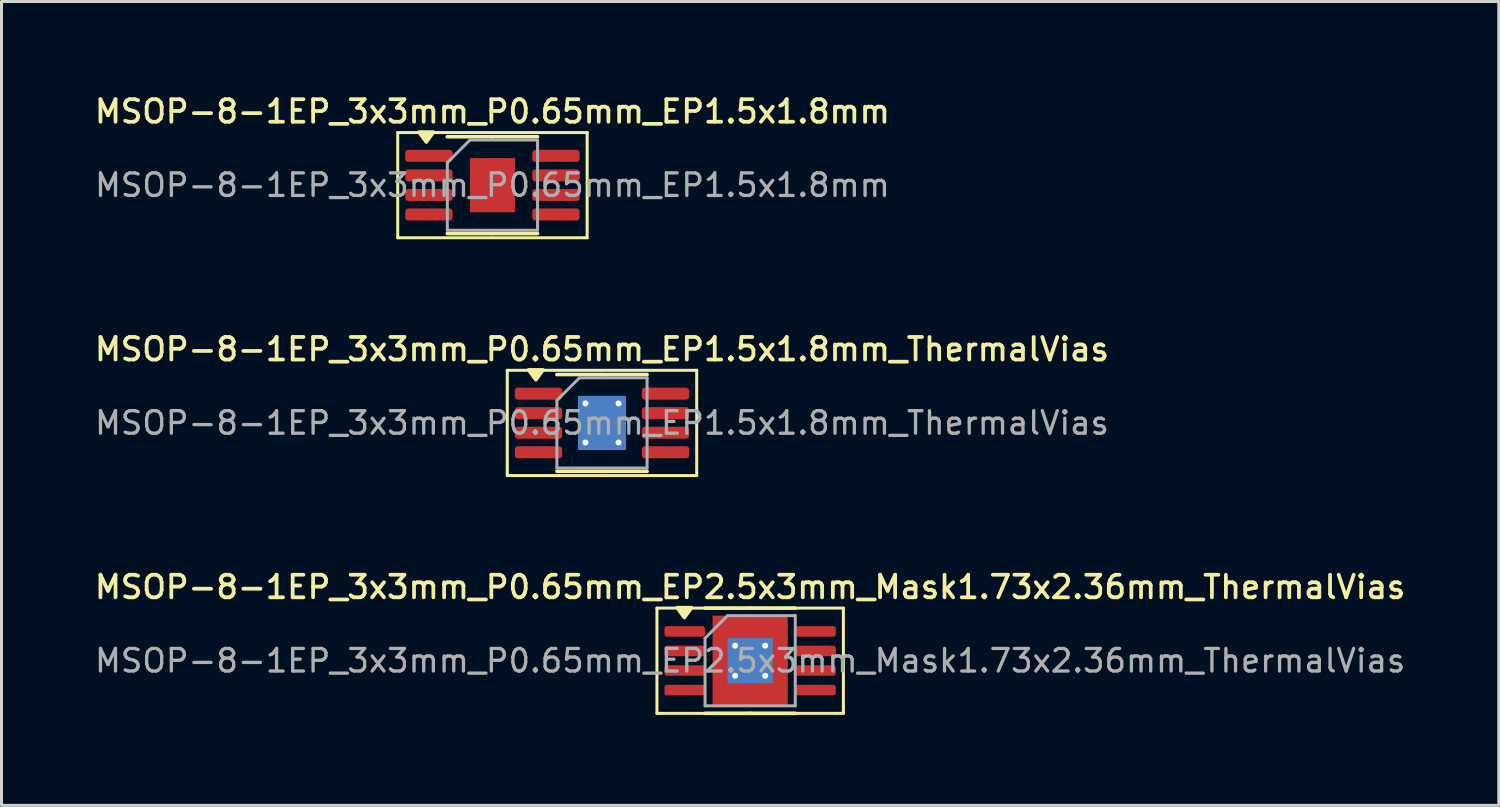
<source format=kicad_pcb>
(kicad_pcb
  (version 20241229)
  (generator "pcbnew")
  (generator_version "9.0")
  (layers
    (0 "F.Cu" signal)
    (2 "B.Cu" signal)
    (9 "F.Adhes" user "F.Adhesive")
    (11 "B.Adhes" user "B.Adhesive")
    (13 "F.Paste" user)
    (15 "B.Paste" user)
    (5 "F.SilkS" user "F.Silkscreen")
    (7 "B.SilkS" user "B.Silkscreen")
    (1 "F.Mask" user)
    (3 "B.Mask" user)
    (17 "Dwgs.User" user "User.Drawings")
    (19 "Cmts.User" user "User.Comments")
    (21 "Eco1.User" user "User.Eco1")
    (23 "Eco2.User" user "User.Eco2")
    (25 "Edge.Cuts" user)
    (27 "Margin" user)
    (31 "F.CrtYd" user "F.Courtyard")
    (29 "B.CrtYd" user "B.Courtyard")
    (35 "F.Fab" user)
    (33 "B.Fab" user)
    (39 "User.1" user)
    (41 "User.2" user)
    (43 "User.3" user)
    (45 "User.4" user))
  (footprint "MSOP-8-1EP_3x3mm_P0.65mm_EP1.5x1.8mm"
    (layer "F.Cu")
    (at 13.327 3.108)
    (property "Reference" "MSOP-8-1EP_3x3mm_P0.65mm_EP1.5x1.8mm" (at 0 -2.45 0) (layer "F.SilkS") (effects (font (size 0.75 0.75) (thickness 0.125))))
    (attr smd)
    (fp_line (start -3.15 -1.75) (end -3.15 1.75) (stroke (width 0.1) (type solid)) (layer "F.SilkS"))
    (fp_line (start -3.15 1.75) (end 3.15 1.75) (stroke (width 0.1) (type solid)) (layer "F.SilkS"))
    (fp_line (start 0 -1.61) (end -1.5 -1.61) (stroke (width 0.12) (type solid)) (layer "F.SilkS"))
    (fp_line (start 0 -1.61) (end 1.5 -1.61) (stroke (width 0.12) (type solid)) (layer "F.SilkS"))
    (fp_line (start 0 1.61) (end -1.5 1.61) (stroke (width 0.12) (type solid)) (layer "F.SilkS"))
    (fp_line (start 0 1.61) (end 1.5 1.61) (stroke (width 0.12) (type solid)) (layer "F.SilkS"))
    (fp_line (start 3.15 -1.75) (end -3.15 -1.75) (stroke (width 0.1) (type solid)) (layer "F.SilkS"))
    (fp_line (start 3.15 1.75) (end 3.15 -1.75) (stroke (width 0.1) (type solid)) (layer "F.SilkS"))
    (fp_poly (pts (xy -2.2 -1.435) (xy -2.44 -1.765) (xy -1.96 -1.765) (xy -2.2 -1.435)) (stroke (width 0.12) (type solid)) (fill yes) (layer "F.SilkS"))
    (fp_line (start -1.5 -0.75) (end -0.75 -1.5) (stroke (width 0.1) (type solid)) (layer "F.Fab"))
    (fp_line (start -1.5 1.5) (end -1.5 -0.75) (stroke (width 0.1) (type solid)) (layer "F.Fab"))
    (fp_line (start -0.75 -1.5) (end 1.5 -1.5) (stroke (width 0.1) (type solid)) (layer "F.Fab"))
    (fp_line (start 1.5 -1.5) (end 1.5 1.5) (stroke (width 0.1) (type solid)) (layer "F.Fab"))
    (fp_line (start 1.5 1.5) (end -1.5 1.5) (stroke (width 0.1) (type solid)) (layer "F.Fab"))
    (fp_text user "${REFERENCE}" (at 0 0 0) (layer "F.Fab") (effects (font (size 0.75 0.75) (thickness 0.11))))
    (pad "" smd roundrect (at -0.375 -0.45) (size 0.6 0.73) (layers "F.Paste") (roundrect_rratio 0.25))
    (pad "" smd roundrect (at -0.375 0.45) (size 0.6 0.73) (layers "F.Paste") (roundrect_rratio 0.25))
    (pad "" smd roundrect (at 0.375 -0.45) (size 0.6 0.73) (layers "F.Paste") (roundrect_rratio 0.25))
    (pad "" smd roundrect (at 0.375 0.45) (size 0.6 0.73) (layers "F.Paste") (roundrect_rratio 0.25))
    (pad "1" smd roundrect (at -2.112 -0.975) (size 1.575 0.4) (layers "F.Cu" "F.Mask" "F.Paste") (roundrect_rratio 0.25))
    (pad "2" smd roundrect (at -2.112 -0.325) (size 1.575 0.4) (layers "F.Cu" "F.Mask" "F.Paste") (roundrect_rratio 0.25))
    (pad "3" smd roundrect (at -2.112 0.325) (size 1.575 0.4) (layers "F.Cu" "F.Mask" "F.Paste") (roundrect_rratio 0.25))
    (pad "4" smd roundrect (at -2.112 0.975) (size 1.575 0.4) (layers "F.Cu" "F.Mask" "F.Paste") (roundrect_rratio 0.25))
    (pad "5" smd roundrect (at 2.112 0.975) (size 1.575 0.4) (layers "F.Cu" "F.Mask" "F.Paste") (roundrect_rratio 0.25))
    (pad "6" smd roundrect (at 2.112 0.325) (size 1.575 0.4) (layers "F.Cu" "F.Mask" "F.Paste") (roundrect_rratio 0.25))
    (pad "7" smd roundrect (at 2.112 -0.325) (size 1.575 0.4) (layers "F.Cu" "F.Mask" "F.Paste") (roundrect_rratio 0.25))
    (pad "8" smd roundrect (at 2.112 -0.975) (size 1.575 0.4) (layers "F.Cu" "F.Mask" "F.Paste") (roundrect_rratio 0.25))
    (pad "9" smd rect (at 0 0) (size 1.5 1.8) (property pad_prop_heatsink) (layers "F.Cu" "F.Mask")))
  (footprint "MSOP-8-1EP_3x3mm_P0.65mm_EP1.5x1.8mm_ThermalVias"
    (layer "F.Cu")
    (at 16.97 11.016)
    (property "Reference" "MSOP-8-1EP_3x3mm_P0.65mm_EP1.5x1.8mm_ThermalVias" (at 0 -2.45 0) (layer "F.SilkS") (effects (font (size 0.75 0.75) (thickness 0.125))))
    (attr smd)
    (fp_line (start -3.15 -1.75) (end -3.15 1.75) (stroke (width 0.1) (type solid)) (layer "F.SilkS"))
    (fp_line (start -3.15 1.75) (end 3.15 1.75) (stroke (width 0.1) (type solid)) (layer "F.SilkS"))
    (fp_line (start 0 -1.61) (end -1.5 -1.61) (stroke (width 0.12) (type solid)) (layer "F.SilkS"))
    (fp_line (start 0 -1.61) (end 1.5 -1.61) (stroke (width 0.12) (type solid)) (layer "F.SilkS"))
    (fp_line (start 0 1.61) (end -1.5 1.61) (stroke (width 0.12) (type solid)) (layer "F.SilkS"))
    (fp_line (start 0 1.61) (end 1.5 1.61) (stroke (width 0.12) (type solid)) (layer "F.SilkS"))
    (fp_line (start 3.15 -1.75) (end -3.15 -1.75) (stroke (width 0.1) (type solid)) (layer "F.SilkS"))
    (fp_line (start 3.15 1.75) (end 3.15 -1.75) (stroke (width 0.1) (type solid)) (layer "F.SilkS"))
    (fp_poly (pts (xy -2.2 -1.435) (xy -2.44 -1.765) (xy -1.96 -1.765) (xy -2.2 -1.435)) (stroke (width 0.12) (type solid)) (fill yes) (layer "F.SilkS"))
    (fp_line (start -1.5 -0.75) (end -0.75 -1.5) (stroke (width 0.1) (type solid)) (layer "F.Fab"))
    (fp_line (start -1.5 1.5) (end -1.5 -0.75) (stroke (width 0.1) (type solid)) (layer "F.Fab"))
    (fp_line (start -0.75 -1.5) (end 1.5 -1.5) (stroke (width 0.1) (type solid)) (layer "F.Fab"))
    (fp_line (start 1.5 -1.5) (end 1.5 1.5) (stroke (width 0.1) (type solid)) (layer "F.Fab"))
    (fp_line (start 1.5 1.5) (end -1.5 1.5) (stroke (width 0.1) (type solid)) (layer "F.Fab"))
    (fp_text user "${REFERENCE}" (at 0 0 0) (layer "F.Fab") (effects (font (size 0.75 0.75) (thickness 0.11))))
    (pad "" smd roundrect (at -0.375 -0.45) (size 0.63 0.75) (layers "F.Paste") (roundrect_rratio 0.25))
    (pad "" smd roundrect (at -0.375 0.45) (size 0.63 0.75) (layers "F.Paste") (roundrect_rratio 0.25))
    (pad "" smd roundrect (at 0.375 -0.45) (size 0.63 0.75) (layers "F.Paste") (roundrect_rratio 0.25))
    (pad "" smd roundrect (at 0.375 0.45) (size 0.63 0.75) (layers "F.Paste") (roundrect_rratio 0.25))
    (pad "1" smd roundrect (at -2.112 -0.975) (size 1.575 0.4) (layers "F.Cu" "F.Mask" "F.Paste") (roundrect_rratio 0.25))
    (pad "2" smd roundrect (at -2.112 -0.325) (size 1.575 0.4) (layers "F.Cu" "F.Mask" "F.Paste") (roundrect_rratio 0.25))
    (pad "3" smd roundrect (at -2.112 0.325) (size 1.575 0.4) (layers "F.Cu" "F.Mask" "F.Paste") (roundrect_rratio 0.25))
    (pad "4" smd roundrect (at -2.112 0.975) (size 1.575 0.4) (layers "F.Cu" "F.Mask" "F.Paste") (roundrect_rratio 0.25))
    (pad "5" smd roundrect (at 2.112 0.975) (size 1.575 0.4) (layers "F.Cu" "F.Mask" "F.Paste") (roundrect_rratio 0.25))
    (pad "6" smd roundrect (at 2.112 0.325) (size 1.575 0.4) (layers "F.Cu" "F.Mask" "F.Paste") (roundrect_rratio 0.25))
    (pad "7" smd roundrect (at 2.112 -0.325) (size 1.575 0.4) (layers "F.Cu" "F.Mask" "F.Paste") (roundrect_rratio 0.25))
    (pad "8" smd roundrect (at 2.112 -0.975) (size 1.575 0.4) (layers "F.Cu" "F.Mask" "F.Paste") (roundrect_rratio 0.25))
    (pad "9" thru_hole circle (at -0.55 -0.65) (size 0.5 0.5) (drill 0.2) (property pad_prop_heatsink) (layers "*.Cu"))
    (pad "9" thru_hole circle (at -0.55 0.65) (size 0.5 0.5) (drill 0.2) (property pad_prop_heatsink) (layers "*.Cu"))
    (pad "9" smd rect (at 0 0) (size 1.5 1.8) (property pad_prop_heatsink) (layers "F.Cu" "F.Mask"))
    (pad "9" smd rect (at 0 0) (size 1.6 1.8) (property pad_prop_heatsink) (layers "B.Cu"))
    (pad "9" thru_hole circle (at 0.55 -0.65) (size 0.5 0.5) (drill 0.2) (property pad_prop_heatsink) (layers "*.Cu"))
    (pad "9" thru_hole circle (at 0.55 0.65) (size 0.5 0.5) (drill 0.2) (property pad_prop_heatsink) (layers "*.Cu")))
  (footprint "MSOP-8-1EP_3x3mm_P0.65mm_EP2.5x3mm_Mask1.73x2.36mm_ThermalVias"
    (layer "F.Cu")
    (at 21.898 18.924)
    (property "Reference" "MSOP-8-1EP_3x3mm_P0.65mm_EP2.5x3mm_Mask1.73x2.36mm_ThermalVias" (at 0 -2.45 0) (layer "F.SilkS") (effects (font (size 0.75 0.75) (thickness 0.125))))
    (attr smd)
    (fp_line (start -3.1 -1.75) (end -3.1 1.75) (stroke (width 0.1) (type solid)) (layer "F.SilkS"))
    (fp_line (start -3.1 1.75) (end 3.1 1.75) (stroke (width 0.1) (type solid)) (layer "F.SilkS"))
    (fp_line (start 0 -1.75) (end -1.5 -1.75) (stroke (width 0.12) (type solid)) (layer "F.SilkS"))
    (fp_line (start 0 -1.75) (end 1.5 -1.75) (stroke (width 0.12) (type solid)) (layer "F.SilkS"))
    (fp_line (start 0 1.75) (end -1.5 1.75) (stroke (width 0.12) (type solid)) (layer "F.SilkS"))
    (fp_line (start 0 1.75) (end 1.5 1.75) (stroke (width 0.12) (type solid)) (layer "F.SilkS"))
    (fp_line (start 3.1 -1.75) (end -3.1 -1.75) (stroke (width 0.1) (type solid)) (layer "F.SilkS"))
    (fp_line (start 3.1 1.75) (end 3.1 -1.75) (stroke (width 0.1) (type solid)) (layer "F.SilkS"))
    (fp_poly (pts (xy -2.188 -1.435) (xy -2.428 -1.765) (xy -1.948 -1.765) (xy -2.188 -1.435)) (stroke (width 0.12) (type solid)) (fill yes) (layer "F.SilkS"))
    (fp_line (start -1.5 -0.75) (end -0.75 -1.5) (stroke (width 0.1) (type solid)) (layer "F.Fab"))
    (fp_line (start -1.5 1.5) (end -1.5 -0.75) (stroke (width 0.1) (type solid)) (layer "F.Fab"))
    (fp_line (start -0.75 -1.5) (end 1.5 -1.5) (stroke (width 0.1) (type solid)) (layer "F.Fab"))
    (fp_line (start 1.5 -1.5) (end 1.5 1.5) (stroke (width 0.1) (type solid)) (layer "F.Fab"))
    (fp_line (start 1.5 1.5) (end -1.5 1.5) (stroke (width 0.1) (type solid)) (layer "F.Fab"))
    (fp_text user "${REFERENCE}" (at 0 0 0) (layer "F.Fab") (effects (font (size 0.75 0.75) (thickness 0.11))))
    (pad "" smd roundrect (at -0.43 -0.59) (size 0.72 0.99) (layers "F.Paste") (roundrect_rratio 0.25))
    (pad "" smd roundrect (at -0.43 0.59) (size 0.72 0.99) (layers "F.Paste") (roundrect_rratio 0.25))
    (pad "" smd rect (at 0 0) (size 1.73 2.36) (layers "F.Mask"))
    (pad "" smd roundrect (at 0.43 -0.59) (size 0.72 0.99) (layers "F.Paste") (roundrect_rratio 0.25))
    (pad "" smd roundrect (at 0.43 0.59) (size 0.72 0.99) (layers "F.Paste") (roundrect_rratio 0.25))
    (pad "1" smd roundrect (at -2.175 -0.975) (size 1.35 0.35) (layers "F.Cu" "F.Mask" "F.Paste") (roundrect_rratio 0.25))
    (pad "2" smd roundrect (at -2.175 -0.325) (size 1.35 0.35) (layers "F.Cu" "F.Mask" "F.Paste") (roundrect_rratio 0.25))
    (pad "3" smd roundrect (at -2.175 0.325) (size 1.35 0.35) (layers "F.Cu" "F.Mask" "F.Paste") (roundrect_rratio 0.25))
    (pad "4" smd roundrect (at -2.175 0.975) (size 1.35 0.35) (layers "F.Cu" "F.Mask" "F.Paste") (roundrect_rratio 0.25))
    (pad "5" smd roundrect (at 2.175 0.975) (size 1.35 0.35) (layers "F.Cu" "F.Mask" "F.Paste") (roundrect_rratio 0.25))
    (pad "6" smd roundrect (at 2.175 0.325) (size 1.35 0.35) (layers "F.Cu" "F.Mask" "F.Paste") (roundrect_rratio 0.25))
    (pad "7" smd roundrect (at 2.175 -0.325) (size 1.35 0.35) (layers "F.Cu" "F.Mask" "F.Paste") (roundrect_rratio 0.25))
    (pad "8" smd roundrect (at 2.175 -0.975) (size 1.35 0.35) (layers "F.Cu" "F.Mask" "F.Paste") (roundrect_rratio 0.25))
    (pad "9" thru_hole circle (at -0.5 -0.5) (size 0.5 0.5) (drill 0.2) (property pad_prop_heatsink) (layers "*.Cu"))
    (pad "9" thru_hole circle (at -0.5 0.5) (size 0.5 0.5) (drill 0.2) (property pad_prop_heatsink) (layers "*.Cu"))
    (pad "9" smd rect (at 0 0) (size 1.5 1.5) (property pad_prop_heatsink) (layers "B.Cu"))
    (pad "9" smd rect (at 0 0) (size 2.5 3) (property pad_prop_heatsink) (layers "F.Cu"))
    (pad "9" thru_hole circle (at 0.5 -0.5) (size 0.5 0.5) (drill 0.2) (property pad_prop_heatsink) (layers "*.Cu"))
    (pad "9" thru_hole circle (at 0.5 0.5) (size 0.5 0.5) (drill 0.2) (property pad_prop_heatsink) (layers "*.Cu")))
  (gr_rect
    (start -3 -3)
    (end 46.796 23.734)
    (stroke (width 0.1) (type default))
    (fill no)
    (layer "Edge.Cuts")))
</source>
